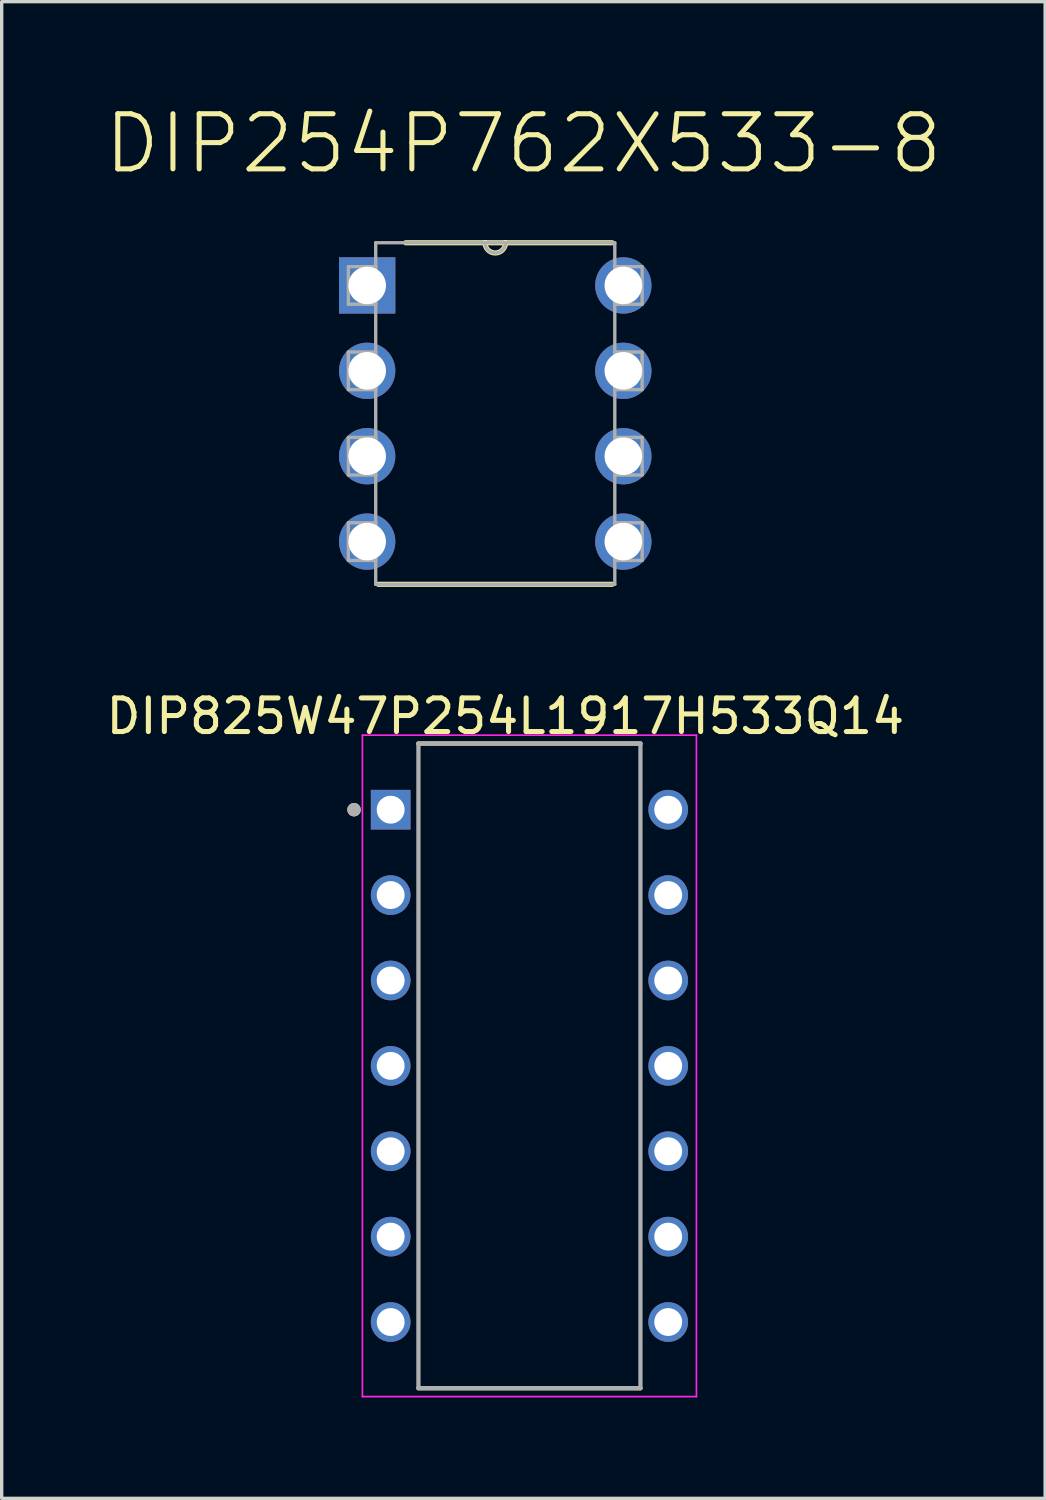
<source format=kicad_pcb>
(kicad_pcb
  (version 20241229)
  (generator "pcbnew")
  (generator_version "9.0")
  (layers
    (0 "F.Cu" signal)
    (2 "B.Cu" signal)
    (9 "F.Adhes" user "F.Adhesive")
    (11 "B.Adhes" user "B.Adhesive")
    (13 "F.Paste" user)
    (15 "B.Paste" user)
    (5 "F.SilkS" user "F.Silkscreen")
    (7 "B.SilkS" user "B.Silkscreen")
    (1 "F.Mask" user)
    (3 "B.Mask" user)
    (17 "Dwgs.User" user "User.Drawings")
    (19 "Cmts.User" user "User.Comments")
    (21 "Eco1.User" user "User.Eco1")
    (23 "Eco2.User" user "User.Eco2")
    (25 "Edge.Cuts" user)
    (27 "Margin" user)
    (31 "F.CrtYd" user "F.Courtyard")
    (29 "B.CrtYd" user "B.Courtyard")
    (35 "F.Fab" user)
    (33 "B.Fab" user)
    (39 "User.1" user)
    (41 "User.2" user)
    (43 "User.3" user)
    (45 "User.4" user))
  (footprint "DIP825W47P254L1917H533Q14"
    (layer "F.Cu")
    (at 12.699 28.656)
    (property "Reference" "DIP825W47P254L1917H533Q14" (at -0.717 -10.4 0) (layer "F.SilkS") (effects (font (size 1 1) (thickness 0.15))))
    (attr through_hole)
    (fp_line (start -3.302 -9.588) (end 3.302 -9.588) (stroke (width 0.127) (type solid)) (layer "F.SilkS"))
    (fp_line (start -3.302 9.588) (end 3.302 9.588) (stroke (width 0.127) (type solid)) (layer "F.SilkS"))
    (fp_circle (center -5.218 -7.62) (end -5.117 -7.62) (stroke (width 0.2) (type solid)) (fill no) (layer "F.SilkS"))
    (fp_line (start -4.968 -9.838) (end -4.968 9.838) (stroke (width 0.05) (type solid)) (layer "F.CrtYd"))
    (fp_line (start 4.968 -9.838) (end -4.968 -9.838) (stroke (width 0.05) (type solid)) (layer "F.CrtYd"))
    (fp_line (start 4.968 -9.838) (end 4.968 9.838) (stroke (width 0.05) (type solid)) (layer "F.CrtYd"))
    (fp_line (start 4.968 9.838) (end -4.968 9.838) (stroke (width 0.05) (type solid)) (layer "F.CrtYd"))
    (fp_line (start -3.302 -9.588) (end -3.302 9.588) (stroke (width 0.127) (type solid)) (layer "F.Fab"))
    (fp_line (start -3.302 -9.588) (end 3.302 -9.588) (stroke (width 0.127) (type solid)) (layer "F.Fab"))
    (fp_line (start -3.302 9.588) (end 3.302 9.588) (stroke (width 0.127) (type solid)) (layer "F.Fab"))
    (fp_line (start 3.302 -9.588) (end 3.302 9.588) (stroke (width 0.127) (type solid)) (layer "F.Fab"))
    (fp_circle (center -5.218 -7.62) (end -5.117 -7.62) (stroke (width 0.2) (type solid)) (fill no) (layer "F.Fab"))
    (pad "1" thru_hole rect (at -4.128 -7.62) (size 1.18 1.18) (drill 0.83) (layers "*.Cu" "*.Mask"))
    (pad "2" thru_hole circle (at -4.128 -5.08) (size 1.18 1.18) (drill 0.83) (layers "*.Cu" "*.Mask"))
    (pad "3" thru_hole circle (at -4.128 -2.54) (size 1.18 1.18) (drill 0.83) (layers "*.Cu" "*.Mask"))
    (pad "4" thru_hole circle (at -4.128 0) (size 1.18 1.18) (drill 0.83) (layers "*.Cu" "*.Mask"))
    (pad "5" thru_hole circle (at -4.128 2.54) (size 1.18 1.18) (drill 0.83) (layers "*.Cu" "*.Mask"))
    (pad "6" thru_hole circle (at -4.128 5.08) (size 1.18 1.18) (drill 0.83) (layers "*.Cu" "*.Mask"))
    (pad "7" thru_hole circle (at -4.128 7.62) (size 1.18 1.18) (drill 0.83) (layers "*.Cu" "*.Mask"))
    (pad "8" thru_hole circle (at 4.128 7.62) (size 1.18 1.18) (drill 0.83) (layers "*.Cu" "*.Mask"))
    (pad "9" thru_hole circle (at 4.128 5.08) (size 1.18 1.18) (drill 0.83) (layers "*.Cu" "*.Mask"))
    (pad "10" thru_hole circle (at 4.128 2.54) (size 1.18 1.18) (drill 0.83) (layers "*.Cu" "*.Mask"))
    (pad "11" thru_hole circle (at 4.128 0) (size 1.18 1.18) (drill 0.83) (layers "*.Cu" "*.Mask"))
    (pad "12" thru_hole circle (at 4.128 -2.54) (size 1.18 1.18) (drill 0.83) (layers "*.Cu" "*.Mask"))
    (pad "13" thru_hole circle (at 4.128 -5.08) (size 1.18 1.18) (drill 0.83) (layers "*.Cu" "*.Mask"))
    (pad "14" thru_hole circle (at 4.128 -7.62) (size 1.18 1.18) (drill 0.83) (layers "*.Cu" "*.Mask")))
  (footprint "DIP254P762X533-8"
    (layer "F.Cu")
    (at 15.492 13.061)
    (property "Reference" "DIP254P762X533-8" (at -2.972 -11.839 0) (layer "F.SilkS") (effects (font (size 1.64 1.64) (thickness 0.15))))
    (attr through_hole)
    (fp_line (start -7.29 1.27) (end -0.33 1.27) (stroke (width 0.152) (type solid)) (layer "F.SilkS"))
    (fp_line (start -4.115 -8.89) (end -6.477 -8.89) (stroke (width 0.152) (type solid)) (layer "F.SilkS"))
    (fp_line (start -3.505 -8.89) (end -4.115 -8.89) (stroke (width 0.152) (type solid)) (layer "F.SilkS"))
    (fp_line (start -0.33 -8.89) (end -3.505 -8.89) (stroke (width 0.152) (type solid)) (layer "F.SilkS"))
    (fp_arc (start -3.5052 -8.89) (mid -3.81 -8.5852) (end -4.1148 -8.89) (stroke (width 0.1524) (type solid)) (layer "F.SilkS"))
    (fp_line (start -8.179 -8.179) (end -8.179 -7.061) (stroke (width 0.1) (type solid)) (layer "F.Fab"))
    (fp_line (start -8.179 -7.061) (end -7.366 -7.061) (stroke (width 0.1) (type solid)) (layer "F.Fab"))
    (fp_line (start -8.179 -5.639) (end -8.179 -4.521) (stroke (width 0.1) (type solid)) (layer "F.Fab"))
    (fp_line (start -8.179 -4.521) (end -7.366 -4.521) (stroke (width 0.1) (type solid)) (layer "F.Fab"))
    (fp_line (start -8.179 -3.099) (end -8.179 -1.981) (stroke (width 0.1) (type solid)) (layer "F.Fab"))
    (fp_line (start -8.179 -1.981) (end -7.366 -1.981) (stroke (width 0.1) (type solid)) (layer "F.Fab"))
    (fp_line (start -8.179 -0.559) (end -8.179 0.559) (stroke (width 0.1) (type solid)) (layer "F.Fab"))
    (fp_line (start -8.179 0.559) (end -7.366 0.559) (stroke (width 0.1) (type solid)) (layer "F.Fab"))
    (fp_line (start -7.366 -8.89) (end -7.366 1.27) (stroke (width 0.1) (type solid)) (layer "F.Fab"))
    (fp_line (start -7.366 -8.179) (end -8.179 -8.179) (stroke (width 0.1) (type solid)) (layer "F.Fab"))
    (fp_line (start -7.366 -7.061) (end -7.366 -8.179) (stroke (width 0.1) (type solid)) (layer "F.Fab"))
    (fp_line (start -7.366 -5.639) (end -8.179 -5.639) (stroke (width 0.1) (type solid)) (layer "F.Fab"))
    (fp_line (start -7.366 -4.521) (end -7.366 -5.639) (stroke (width 0.1) (type solid)) (layer "F.Fab"))
    (fp_line (start -7.366 -3.099) (end -8.179 -3.099) (stroke (width 0.1) (type solid)) (layer "F.Fab"))
    (fp_line (start -7.366 -1.981) (end -7.366 -3.099) (stroke (width 0.1) (type solid)) (layer "F.Fab"))
    (fp_line (start -7.366 -0.559) (end -8.179 -0.559) (stroke (width 0.1) (type solid)) (layer "F.Fab"))
    (fp_line (start -7.366 0.559) (end -7.366 -0.559) (stroke (width 0.1) (type solid)) (layer "F.Fab"))
    (fp_line (start -7.366 1.27) (end -0.254 1.27) (stroke (width 0.1) (type solid)) (layer "F.Fab"))
    (fp_line (start -4.115 -8.89) (end -7.366 -8.89) (stroke (width 0.1) (type solid)) (layer "F.Fab"))
    (fp_line (start -3.505 -8.89) (end -4.115 -8.89) (stroke (width 0.1) (type solid)) (layer "F.Fab"))
    (fp_line (start -0.254 -8.89) (end -3.505 -8.89) (stroke (width 0.1) (type solid)) (layer "F.Fab"))
    (fp_line (start -0.254 -8.179) (end -0.254 -7.061) (stroke (width 0.1) (type solid)) (layer "F.Fab"))
    (fp_line (start -0.254 -7.061) (end 0.559 -7.061) (stroke (width 0.1) (type solid)) (layer "F.Fab"))
    (fp_line (start -0.254 -5.639) (end -0.254 -4.521) (stroke (width 0.1) (type solid)) (layer "F.Fab"))
    (fp_line (start -0.254 -4.521) (end 0.559 -4.521) (stroke (width 0.1) (type solid)) (layer "F.Fab"))
    (fp_line (start -0.254 -3.099) (end -0.254 -1.981) (stroke (width 0.1) (type solid)) (layer "F.Fab"))
    (fp_line (start -0.254 -1.981) (end 0.559 -1.981) (stroke (width 0.1) (type solid)) (layer "F.Fab"))
    (fp_line (start -0.254 -0.559) (end -0.254 0.559) (stroke (width 0.1) (type solid)) (layer "F.Fab"))
    (fp_line (start -0.254 0.559) (end 0.559 0.559) (stroke (width 0.1) (type solid)) (layer "F.Fab"))
    (fp_line (start -0.254 1.27) (end -0.254 -8.89) (stroke (width 0.1) (type solid)) (layer "F.Fab"))
    (fp_line (start 0.559 -8.179) (end -0.254 -8.179) (stroke (width 0.1) (type solid)) (layer "F.Fab"))
    (fp_line (start 0.559 -7.061) (end 0.559 -8.179) (stroke (width 0.1) (type solid)) (layer "F.Fab"))
    (fp_line (start 0.559 -5.639) (end -0.254 -5.639) (stroke (width 0.1) (type solid)) (layer "F.Fab"))
    (fp_line (start 0.559 -4.521) (end 0.559 -5.639) (stroke (width 0.1) (type solid)) (layer "F.Fab"))
    (fp_line (start 0.559 -3.099) (end -0.254 -3.099) (stroke (width 0.1) (type solid)) (layer "F.Fab"))
    (fp_line (start 0.559 -1.981) (end 0.559 -3.099) (stroke (width 0.1) (type solid)) (layer "F.Fab"))
    (fp_line (start 0.559 -0.559) (end -0.254 -0.559) (stroke (width 0.1) (type solid)) (layer "F.Fab"))
    (fp_line (start 0.559 0.559) (end 0.559 -0.559) (stroke (width 0.1) (type solid)) (layer "F.Fab"))
    (fp_arc (start -3.5052 -8.89) (mid -3.81 -8.5852) (end -4.1148 -8.89) (stroke (width 0.1) (type solid)) (layer "F.Fab"))
    (pad "1" thru_hole rect (at -7.62 -7.62) (size 1.676 1.676) (drill 1.118) (layers "*.Cu" "*.Mask"))
    (pad "2" thru_hole circle (at -7.62 -5.08) (size 1.676 1.676) (drill 1.118) (layers "*.Cu" "*.Mask"))
    (pad "3" thru_hole circle (at -7.62 -2.54) (size 1.676 1.676) (drill 1.118) (layers "*.Cu" "*.Mask"))
    (pad "4" thru_hole circle (at -7.62 0) (size 1.676 1.676) (drill 1.118) (layers "*.Cu" "*.Mask"))
    (pad "5" thru_hole circle (at 0 0) (size 1.676 1.676) (drill 1.118) (layers "*.Cu" "*.Mask"))
    (pad "6" thru_hole circle (at 0 -2.54) (size 1.676 1.676) (drill 1.118) (layers "*.Cu" "*.Mask"))
    (pad "7" thru_hole circle (at 0 -5.08) (size 1.676 1.676) (drill 1.118) (layers "*.Cu" "*.Mask"))
    (pad "8" thru_hole circle (at 0 -7.62) (size 1.676 1.676) (drill 1.118) (layers "*.Cu" "*.Mask")))
  (gr_rect
    (start -3 -3)
    (end 28.039 41.52)
    (stroke (width 0.1) (type default))
    (fill no)
    (layer "Edge.Cuts")))
</source>
